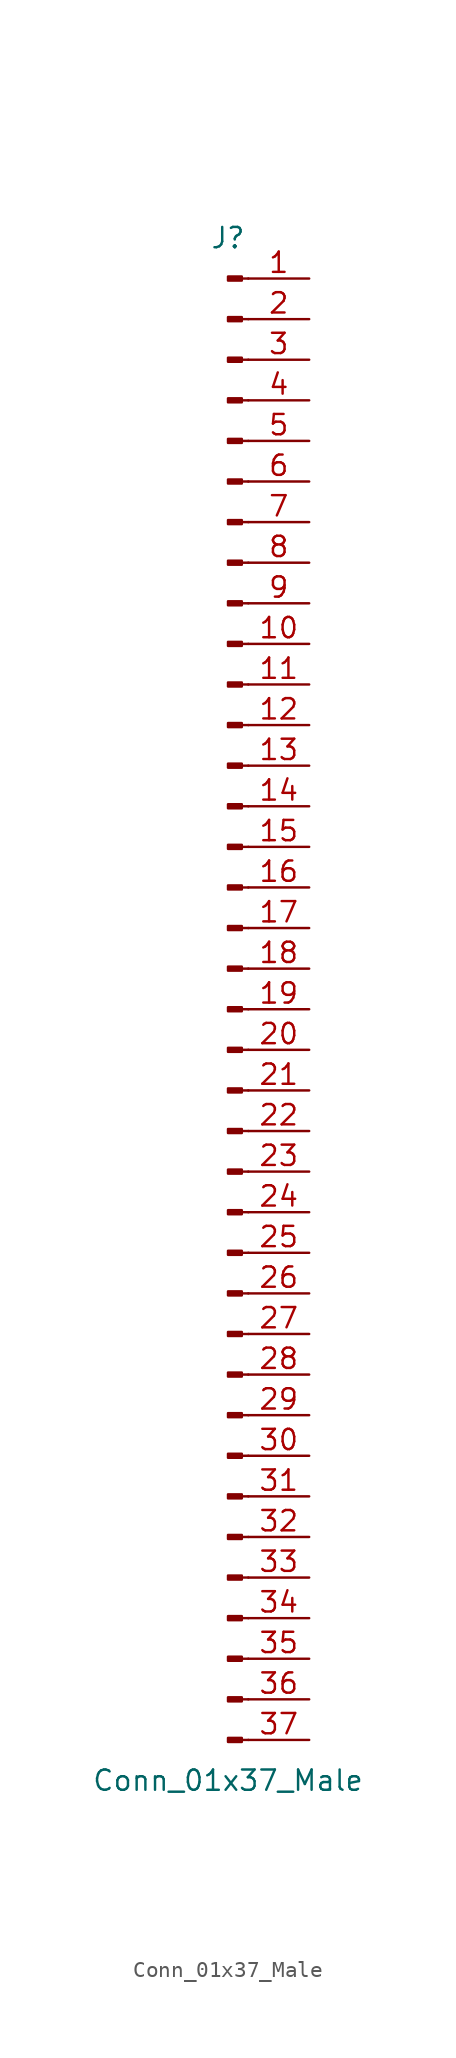
<source format=kicad_sym>
(kicad_symbol_lib
  (version 20201005)
  (generator kicad_symbol_editor)
  (symbol "Conn_01x37_Male"
    (pin_names
      (offset 1.016) hide)
    (property "Reference" "J"
      (at 0 48.26 0)
      (effects (font (size 1.27 1.27))))
    (property "Value" "Conn_01x37_Male"
      (at 0 -48.26 0)
      (effects (font (size 1.27 1.27))))
    (symbol "Conn_01x37_Male_1_1"
      (rectangle (start 0.864 -45.593) (end 0 -45.847) (stroke (width 0.152)) (fill (type outline)))
      (rectangle (start 0.864 -43.053) (end 0 -43.307) (stroke (width 0.152)) (fill (type outline)))
      (rectangle (start 0.864 -40.513) (end 0 -40.767) (stroke (width 0.152)) (fill (type outline)))
      (rectangle (start 0.864 -37.973) (end 0 -38.227) (stroke (width 0.152)) (fill (type outline)))
      (rectangle (start 0.864 -35.433) (end 0 -35.687) (stroke (width 0.152)) (fill (type outline)))
      (rectangle (start 0.864 -32.893) (end 0 -33.147) (stroke (width 0.152)) (fill (type outline)))
      (rectangle (start 0.864 -30.353) (end 0 -30.607) (stroke (width 0.152)) (fill (type outline)))
      (rectangle (start 0.864 -27.813) (end 0 -28.067) (stroke (width 0.152)) (fill (type outline)))
      (rectangle (start 0.864 -25.273) (end 0 -25.527) (stroke (width 0.152)) (fill (type outline)))
      (rectangle (start 0.864 -22.733) (end 0 -22.987) (stroke (width 0.152)) (fill (type outline)))
      (rectangle (start 0.864 -20.193) (end 0 -20.447) (stroke (width 0.152)) (fill (type outline)))
      (rectangle (start 0.864 -17.653) (end 0 -17.907) (stroke (width 0.152)) (fill (type outline)))
      (rectangle (start 0.864 -15.113) (end 0 -15.367) (stroke (width 0.152)) (fill (type outline)))
      (rectangle (start 0.864 -12.573) (end 0 -12.827) (stroke (width 0.152)) (fill (type outline)))
      (rectangle (start 0.864 -10.033) (end 0 -10.287) (stroke (width 0.152)) (fill (type outline)))
      (rectangle (start 0.864 -7.493) (end 0 -7.747) (stroke (width 0.152)) (fill (type outline)))
      (rectangle (start 0.864 -4.953) (end 0 -5.207) (stroke (width 0.152)) (fill (type outline)))
      (rectangle (start 0.864 -2.413) (end 0 -2.667) (stroke (width 0.152)) (fill (type outline)))
      (rectangle (start 0.864 0.127) (end 0 -0.127) (stroke (width 0.152)) (fill (type outline)))
      (rectangle (start 0.864 2.667) (end 0 2.413) (stroke (width 0.152)) (fill (type outline)))
      (rectangle (start 0.864 5.207) (end 0 4.953) (stroke (width 0.152)) (fill (type outline)))
      (rectangle (start 0.864 7.747) (end 0 7.493) (stroke (width 0.152)) (fill (type outline)))
      (rectangle (start 0.864 10.287) (end 0 10.033) (stroke (width 0.152)) (fill (type outline)))
      (rectangle (start 0.864 12.827) (end 0 12.573) (stroke (width 0.152)) (fill (type outline)))
      (rectangle (start 0.864 15.367) (end 0 15.113) (stroke (width 0.152)) (fill (type outline)))
      (rectangle (start 0.864 17.907) (end 0 17.653) (stroke (width 0.152)) (fill (type outline)))
      (rectangle (start 0.864 20.447) (end 0 20.193) (stroke (width 0.152)) (fill (type outline)))
      (rectangle (start 0.864 22.987) (end 0 22.733) (stroke (width 0.152)) (fill (type outline)))
      (rectangle (start 0.864 25.527) (end 0 25.273) (stroke (width 0.152)) (fill (type outline)))
      (rectangle (start 0.864 28.067) (end 0 27.813) (stroke (width 0.152)) (fill (type outline)))
      (rectangle (start 0.864 30.607) (end 0 30.353) (stroke (width 0.152)) (fill (type outline)))
      (rectangle (start 0.864 33.147) (end 0 32.893) (stroke (width 0.152)) (fill (type outline)))
      (rectangle (start 0.864 35.687) (end 0 35.433) (stroke (width 0.152)) (fill (type outline)))
      (rectangle (start 0.864 38.227) (end 0 37.973) (stroke (width 0.152)) (fill (type outline)))
      (rectangle (start 0.864 40.767) (end 0 40.513) (stroke (width 0.152)) (fill (type outline)))
      (rectangle (start 0.864 43.307) (end 0 43.053) (stroke (width 0.152)) (fill (type outline)))
      (rectangle (start 0.864 45.847) (end 0 45.593) (stroke (width 0.152)) (fill (type outline)))
      (polyline (pts (xy 1.27 -45.72) (xy 0.864 -45.72)) (stroke (width 0.152)) (fill (type none)))
      (polyline (pts (xy 1.27 -43.18) (xy 0.864 -43.18)) (stroke (width 0.152)) (fill (type none)))
      (polyline (pts (xy 1.27 -40.64) (xy 0.864 -40.64)) (stroke (width 0.152)) (fill (type none)))
      (polyline (pts (xy 1.27 -38.1) (xy 0.864 -38.1)) (stroke (width 0.152)) (fill (type none)))
      (polyline (pts (xy 1.27 -35.56) (xy 0.864 -35.56)) (stroke (width 0.152)) (fill (type none)))
      (polyline (pts (xy 1.27 -33.02) (xy 0.864 -33.02)) (stroke (width 0.152)) (fill (type none)))
      (polyline (pts (xy 1.27 -30.48) (xy 0.864 -30.48)) (stroke (width 0.152)) (fill (type none)))
      (polyline (pts (xy 1.27 -27.94) (xy 0.864 -27.94)) (stroke (width 0.152)) (fill (type none)))
      (polyline (pts (xy 1.27 -25.4) (xy 0.864 -25.4)) (stroke (width 0.152)) (fill (type none)))
      (polyline (pts (xy 1.27 -22.86) (xy 0.864 -22.86)) (stroke (width 0.152)) (fill (type none)))
      (polyline (pts (xy 1.27 -20.32) (xy 0.864 -20.32)) (stroke (width 0.152)) (fill (type none)))
      (polyline (pts (xy 1.27 -17.78) (xy 0.864 -17.78)) (stroke (width 0.152)) (fill (type none)))
      (polyline (pts (xy 1.27 -15.24) (xy 0.864 -15.24)) (stroke (width 0.152)) (fill (type none)))
      (polyline (pts (xy 1.27 -12.7) (xy 0.864 -12.7)) (stroke (width 0.152)) (fill (type none)))
      (polyline (pts (xy 1.27 -10.16) (xy 0.864 -10.16)) (stroke (width 0.152)) (fill (type none)))
      (polyline (pts (xy 1.27 -7.62) (xy 0.864 -7.62)) (stroke (width 0.152)) (fill (type none)))
      (polyline (pts (xy 1.27 -5.08) (xy 0.864 -5.08)) (stroke (width 0.152)) (fill (type none)))
      (polyline (pts (xy 1.27 -2.54) (xy 0.864 -2.54)) (stroke (width 0.152)) (fill (type none)))
      (polyline (pts (xy 1.27 0) (xy 0.864 0)) (stroke (width 0.152)) (fill (type none)))
      (polyline (pts (xy 1.27 2.54) (xy 0.864 2.54)) (stroke (width 0.152)) (fill (type none)))
      (polyline (pts (xy 1.27 5.08) (xy 0.864 5.08)) (stroke (width 0.152)) (fill (type none)))
      (polyline (pts (xy 1.27 7.62) (xy 0.864 7.62)) (stroke (width 0.152)) (fill (type none)))
      (polyline (pts (xy 1.27 10.16) (xy 0.864 10.16)) (stroke (width 0.152)) (fill (type none)))
      (polyline (pts (xy 1.27 12.7) (xy 0.864 12.7)) (stroke (width 0.152)) (fill (type none)))
      (polyline (pts (xy 1.27 15.24) (xy 0.864 15.24)) (stroke (width 0.152)) (fill (type none)))
      (polyline (pts (xy 1.27 17.78) (xy 0.864 17.78)) (stroke (width 0.152)) (fill (type none)))
      (polyline (pts (xy 1.27 20.32) (xy 0.864 20.32)) (stroke (width 0.152)) (fill (type none)))
      (polyline (pts (xy 1.27 22.86) (xy 0.864 22.86)) (stroke (width 0.152)) (fill (type none)))
      (polyline (pts (xy 1.27 25.4) (xy 0.864 25.4)) (stroke (width 0.152)) (fill (type none)))
      (polyline (pts (xy 1.27 27.94) (xy 0.864 27.94)) (stroke (width 0.152)) (fill (type none)))
      (polyline (pts (xy 1.27 30.48) (xy 0.864 30.48)) (stroke (width 0.152)) (fill (type none)))
      (polyline (pts (xy 1.27 33.02) (xy 0.864 33.02)) (stroke (width 0.152)) (fill (type none)))
      (polyline (pts (xy 1.27 35.56) (xy 0.864 35.56)) (stroke (width 0.152)) (fill (type none)))
      (polyline (pts (xy 1.27 38.1) (xy 0.864 38.1)) (stroke (width 0.152)) (fill (type none)))
      (polyline (pts (xy 1.27 40.64) (xy 0.864 40.64)) (stroke (width 0.152)) (fill (type none)))
      (polyline (pts (xy 1.27 43.18) (xy 0.864 43.18)) (stroke (width 0.152)) (fill (type none)))
      (polyline (pts (xy 1.27 45.72) (xy 0.864 45.72)) (stroke (width 0.152)) (fill (type none)))
      (pin passive line (at 5.08 45.72 180) (length 3.81) (name "Pin_1" (effects (font (size 1.27 1.27)))) (number "1" (effects (font (size 1.27 1.27)))))
      (pin passive line (at 5.08 22.86 180) (length 3.81) (name "Pin_10" (effects (font (size 1.27 1.27)))) (number "10" (effects (font (size 1.27 1.27)))))
      (pin passive line (at 5.08 20.32 180) (length 3.81) (name "Pin_11" (effects (font (size 1.27 1.27)))) (number "11" (effects (font (size 1.27 1.27)))))
      (pin passive line (at 5.08 17.78 180) (length 3.81) (name "Pin_12" (effects (font (size 1.27 1.27)))) (number "12" (effects (font (size 1.27 1.27)))))
      (pin passive line (at 5.08 15.24 180) (length 3.81) (name "Pin_13" (effects (font (size 1.27 1.27)))) (number "13" (effects (font (size 1.27 1.27)))))
      (pin passive line (at 5.08 12.7 180) (length 3.81) (name "Pin_14" (effects (font (size 1.27 1.27)))) (number "14" (effects (font (size 1.27 1.27)))))
      (pin passive line (at 5.08 10.16 180) (length 3.81) (name "Pin_15" (effects (font (size 1.27 1.27)))) (number "15" (effects (font (size 1.27 1.27)))))
      (pin passive line (at 5.08 7.62 180) (length 3.81) (name "Pin_16" (effects (font (size 1.27 1.27)))) (number "16" (effects (font (size 1.27 1.27)))))
      (pin passive line (at 5.08 5.08 180) (length 3.81) (name "Pin_17" (effects (font (size 1.27 1.27)))) (number "17" (effects (font (size 1.27 1.27)))))
      (pin passive line (at 5.08 2.54 180) (length 3.81) (name "Pin_18" (effects (font (size 1.27 1.27)))) (number "18" (effects (font (size 1.27 1.27)))))
      (pin passive line (at 5.08 0 180) (length 3.81) (name "Pin_19" (effects (font (size 1.27 1.27)))) (number "19" (effects (font (size 1.27 1.27)))))
      (pin passive line (at 5.08 43.18 180) (length 3.81) (name "Pin_2" (effects (font (size 1.27 1.27)))) (number "2" (effects (font (size 1.27 1.27)))))
      (pin passive line (at 5.08 -2.54 180) (length 3.81) (name "Pin_20" (effects (font (size 1.27 1.27)))) (number "20" (effects (font (size 1.27 1.27)))))
      (pin passive line (at 5.08 -5.08 180) (length 3.81) (name "Pin_21" (effects (font (size 1.27 1.27)))) (number "21" (effects (font (size 1.27 1.27)))))
      (pin passive line (at 5.08 -7.62 180) (length 3.81) (name "Pin_22" (effects (font (size 1.27 1.27)))) (number "22" (effects (font (size 1.27 1.27)))))
      (pin passive line (at 5.08 -10.16 180) (length 3.81) (name "Pin_23" (effects (font (size 1.27 1.27)))) (number "23" (effects (font (size 1.27 1.27)))))
      (pin passive line (at 5.08 -12.7 180) (length 3.81) (name "Pin_24" (effects (font (size 1.27 1.27)))) (number "24" (effects (font (size 1.27 1.27)))))
      (pin passive line (at 5.08 -15.24 180) (length 3.81) (name "Pin_25" (effects (font (size 1.27 1.27)))) (number "25" (effects (font (size 1.27 1.27)))))
      (pin passive line (at 5.08 -17.78 180) (length 3.81) (name "Pin_26" (effects (font (size 1.27 1.27)))) (number "26" (effects (font (size 1.27 1.27)))))
      (pin passive line (at 5.08 -20.32 180) (length 3.81) (name "Pin_27" (effects (font (size 1.27 1.27)))) (number "27" (effects (font (size 1.27 1.27)))))
      (pin passive line (at 5.08 -22.86 180) (length 3.81) (name "Pin_28" (effects (font (size 1.27 1.27)))) (number "28" (effects (font (size 1.27 1.27)))))
      (pin passive line (at 5.08 -25.4 180) (length 3.81) (name "Pin_29" (effects (font (size 1.27 1.27)))) (number "29" (effects (font (size 1.27 1.27)))))
      (pin passive line (at 5.08 40.64 180) (length 3.81) (name "Pin_3" (effects (font (size 1.27 1.27)))) (number "3" (effects (font (size 1.27 1.27)))))
      (pin passive line (at 5.08 -27.94 180) (length 3.81) (name "Pin_30" (effects (font (size 1.27 1.27)))) (number "30" (effects (font (size 1.27 1.27)))))
      (pin passive line (at 5.08 -30.48 180) (length 3.81) (name "Pin_31" (effects (font (size 1.27 1.27)))) (number "31" (effects (font (size 1.27 1.27)))))
      (pin passive line (at 5.08 -33.02 180) (length 3.81) (name "Pin_32" (effects (font (size 1.27 1.27)))) (number "32" (effects (font (size 1.27 1.27)))))
      (pin passive line (at 5.08 -35.56 180) (length 3.81) (name "Pin_33" (effects (font (size 1.27 1.27)))) (number "33" (effects (font (size 1.27 1.27)))))
      (pin passive line (at 5.08 -38.1 180) (length 3.81) (name "Pin_34" (effects (font (size 1.27 1.27)))) (number "34" (effects (font (size 1.27 1.27)))))
      (pin passive line (at 5.08 -40.64 180) (length 3.81) (name "Pin_35" (effects (font (size 1.27 1.27)))) (number "35" (effects (font (size 1.27 1.27)))))
      (pin passive line (at 5.08 -43.18 180) (length 3.81) (name "Pin_36" (effects (font (size 1.27 1.27)))) (number "36" (effects (font (size 1.27 1.27)))))
      (pin passive line (at 5.08 -45.72 180) (length 3.81) (name "Pin_37" (effects (font (size 1.27 1.27)))) (number "37" (effects (font (size 1.27 1.27)))))
      (pin passive line (at 5.08 38.1 180) (length 3.81) (name "Pin_4" (effects (font (size 1.27 1.27)))) (number "4" (effects (font (size 1.27 1.27)))))
      (pin passive line (at 5.08 35.56 180) (length 3.81) (name "Pin_5" (effects (font (size 1.27 1.27)))) (number "5" (effects (font (size 1.27 1.27)))))
      (pin passive line (at 5.08 33.02 180) (length 3.81) (name "Pin_6" (effects (font (size 1.27 1.27)))) (number "6" (effects (font (size 1.27 1.27)))))
      (pin passive line (at 5.08 30.48 180) (length 3.81) (name "Pin_7" (effects (font (size 1.27 1.27)))) (number "7" (effects (font (size 1.27 1.27)))))
      (pin passive line (at 5.08 27.94 180) (length 3.81) (name "Pin_8" (effects (font (size 1.27 1.27)))) (number "8" (effects (font (size 1.27 1.27)))))
      (pin passive line (at 5.08 25.4 180) (length 3.81) (name "Pin_9" (effects (font (size 1.27 1.27)))) (number "9" (effects (font (size 1.27 1.27))))))))
</source>
